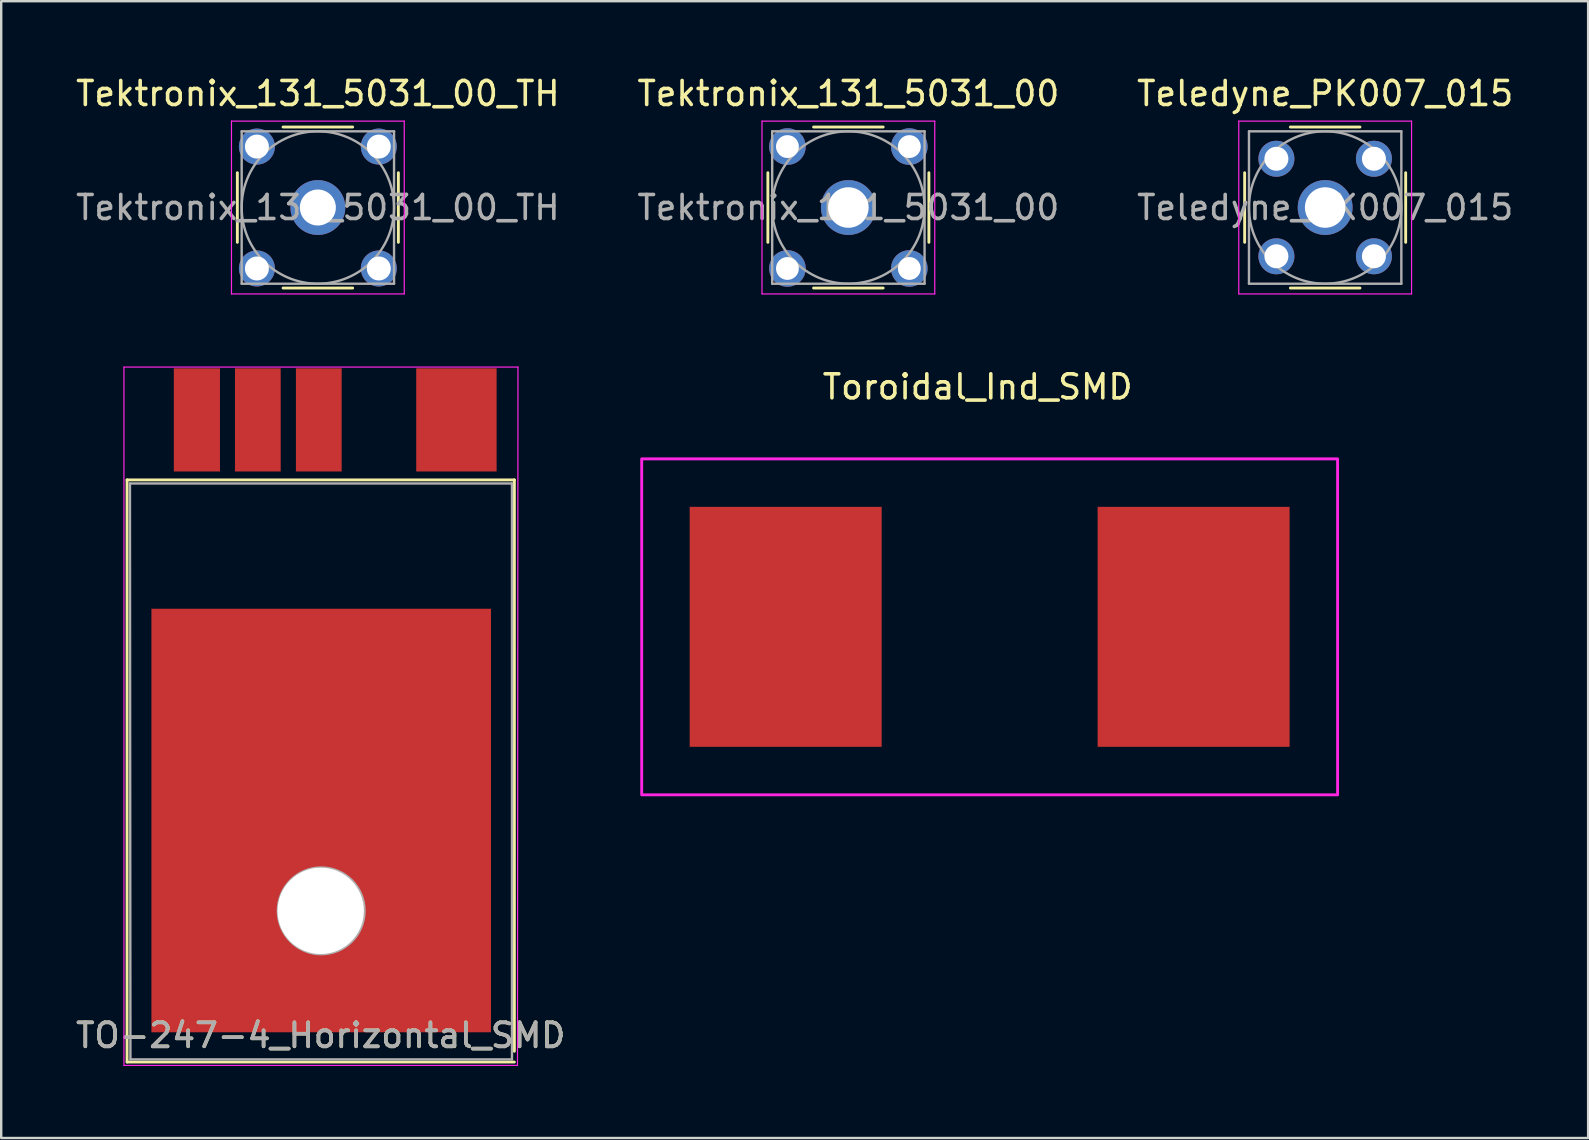
<source format=kicad_pcb>
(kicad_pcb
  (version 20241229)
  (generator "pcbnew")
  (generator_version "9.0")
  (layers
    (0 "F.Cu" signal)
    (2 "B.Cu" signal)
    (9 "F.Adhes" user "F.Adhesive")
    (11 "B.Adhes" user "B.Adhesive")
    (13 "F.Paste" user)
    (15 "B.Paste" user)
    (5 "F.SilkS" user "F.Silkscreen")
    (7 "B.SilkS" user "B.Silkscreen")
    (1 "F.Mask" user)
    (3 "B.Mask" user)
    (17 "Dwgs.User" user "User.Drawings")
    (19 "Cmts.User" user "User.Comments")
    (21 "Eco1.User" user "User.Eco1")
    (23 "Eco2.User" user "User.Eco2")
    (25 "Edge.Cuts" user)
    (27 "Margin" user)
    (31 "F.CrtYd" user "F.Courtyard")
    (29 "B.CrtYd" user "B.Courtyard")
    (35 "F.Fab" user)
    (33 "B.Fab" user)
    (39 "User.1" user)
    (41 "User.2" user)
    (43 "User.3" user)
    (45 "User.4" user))
  (footprint "Toroidal_Ind_SMD"
    (layer "F.Cu")
    (at 32.691 18.072)
    (property "Reference" "Toroidal_Ind_SMD" (at 5 -5 0) (unlocked yes) (layer "F.SilkS") (effects (font (size 1 1) (thickness 0.15))))
    (attr smd)
    (fp_rect (start -9 -2) (end 20 12) (stroke (width 0.12) (type solid)) (fill no) (layer "F.CrtYd"))
    (pad "1" smd rect (at -3 5) (size 8 10) (layers "F.Cu" "F.Mask" "F.Paste"))
    (pad "2" smd rect (at 14 5) (size 8 10) (layers "F.Cu" "F.Mask" "F.Paste")))
  (footprint "Tektronix_131_5031_00"
    (layer "F.Cu")
    (at 32.304 5.598)
    (property "Reference" "Tektronix_131_5031_00" (at 0 -4.75 0) (layer "F.SilkS") (effects (font (size 1 1) (thickness 0.15))))
    (attr through_hole)
    (fp_line (start -3.355 -1.45) (end -3.355 1.45) (stroke (width 0.12) (type solid)) (layer "F.SilkS"))
    (fp_line (start -1.45 -3.355) (end 1.45 -3.355) (stroke (width 0.12) (type solid)) (layer "F.SilkS"))
    (fp_line (start -1.45 3.355) (end 1.45 3.355) (stroke (width 0.12) (type solid)) (layer "F.SilkS"))
    (fp_line (start 3.355 -1.45) (end 3.355 1.45) (stroke (width 0.12) (type solid)) (layer "F.SilkS"))
    (fp_line (start -3.6 -3.6) (end -3.6 3.6) (stroke (width 0.05) (type solid)) (layer "F.CrtYd"))
    (fp_line (start -3.6 -3.6) (end 3.6 -3.6) (stroke (width 0.05) (type solid)) (layer "F.CrtYd"))
    (fp_line (start 3.6 3.6) (end -3.6 3.6) (stroke (width 0.05) (type solid)) (layer "F.CrtYd"))
    (fp_line (start 3.6 3.6) (end 3.6 -3.6) (stroke (width 0.05) (type solid)) (layer "F.CrtYd"))
    (fp_line (start -3.175 -3.175) (end -3.175 3.175) (stroke (width 0.1) (type solid)) (layer "F.Fab"))
    (fp_line (start -3.175 -3.175) (end 3.175 -3.175) (stroke (width 0.1) (type solid)) (layer "F.Fab"))
    (fp_line (start -3.175 3.175) (end 3.175 3.175) (stroke (width 0.1) (type solid)) (layer "F.Fab"))
    (fp_line (start 3.175 -3.175) (end 3.175 3.175) (stroke (width 0.1) (type solid)) (layer "F.Fab"))
    (fp_circle (center 0 0) (end 3.175 0) (stroke (width 0.1) (type solid)) (fill no) (layer "F.Fab"))
    (fp_text user "${REFERENCE}" (at 0 0 0) (layer "F.Fab") (effects (font (size 1 1) (thickness 0.15))))
    (pad "1" thru_hole circle (at 0 0) (size 2.286 2.286) (drill 1.689) (layers "*.Cu" "*.Mask"))
    (pad "2" thru_hole circle (at -2.54 -2.54) (size 1.524 1.524) (drill 0.953) (layers "*.Cu" "*.Mask"))
    (pad "2" thru_hole circle (at -2.54 2.54) (size 1.524 1.524) (drill 0.953) (layers "*.Cu" "*.Mask"))
    (pad "2" thru_hole circle (at 2.54 -2.54) (size 1.524 1.524) (drill 0.953) (layers "*.Cu" "*.Mask"))
    (pad "2" thru_hole circle (at 2.54 2.54) (size 1.524 1.524) (drill 0.953) (layers "*.Cu" "*.Mask")))
  (footprint "Teledyne_PK007_015"
    (layer "F.Cu")
    (at 52.173 5.598)
    (property "Reference" "Teledyne_PK007_015" (at 0 -4.75 0) (layer "F.SilkS") (effects (font (size 1 1) (thickness 0.15))))
    (attr through_hole)
    (fp_line (start -3.355 -1.45) (end -3.355 1.45) (stroke (width 0.12) (type solid)) (layer "F.SilkS"))
    (fp_line (start -1.45 -3.355) (end 1.45 -3.355) (stroke (width 0.12) (type solid)) (layer "F.SilkS"))
    (fp_line (start -1.45 3.355) (end 1.45 3.355) (stroke (width 0.12) (type solid)) (layer "F.SilkS"))
    (fp_line (start 3.355 -1.45) (end 3.355 1.45) (stroke (width 0.12) (type solid)) (layer "F.SilkS"))
    (fp_line (start -3.6 -3.6) (end -3.6 3.6) (stroke (width 0.05) (type solid)) (layer "F.CrtYd"))
    (fp_line (start -3.6 -3.6) (end 3.6 -3.6) (stroke (width 0.05) (type solid)) (layer "F.CrtYd"))
    (fp_line (start 3.6 3.6) (end -3.6 3.6) (stroke (width 0.05) (type solid)) (layer "F.CrtYd"))
    (fp_line (start 3.6 3.6) (end 3.6 -3.6) (stroke (width 0.05) (type solid)) (layer "F.CrtYd"))
    (fp_line (start -3.175 -3.175) (end -3.175 3.175) (stroke (width 0.1) (type solid)) (layer "F.Fab"))
    (fp_line (start -3.175 -3.175) (end 3.175 -3.175) (stroke (width 0.1) (type solid)) (layer "F.Fab"))
    (fp_line (start -3.175 3.175) (end 3.175 3.175) (stroke (width 0.1) (type solid)) (layer "F.Fab"))
    (fp_line (start 3.175 -3.175) (end 3.175 3.175) (stroke (width 0.1) (type solid)) (layer "F.Fab"))
    (fp_circle (center 0 0) (end 3.175 0) (stroke (width 0.1) (type solid)) (fill no) (layer "F.Fab"))
    (fp_text user "${REFERENCE}" (at 0 0 0) (layer "F.Fab") (effects (font (size 1 1) (thickness 0.15))))
    (pad "1" thru_hole circle (at 0 0) (size 2.286 2.286) (drill 1.689) (layers "*.Cu" "*.Mask"))
    (pad "2" thru_hole circle (at -2.032 -2.032) (size 1.5 1.5) (drill 1) (layers "*.Cu" "*.Mask"))
    (pad "2" thru_hole circle (at -2.032 2.032) (size 1.5 1.5) (drill 1) (layers "*.Cu" "*.Mask"))
    (pad "2" thru_hole circle (at 2.032 -2.032) (size 1.5 1.5) (drill 1) (layers "*.Cu" "*.Mask"))
    (pad "2" thru_hole circle (at 2.032 2.032) (size 1.5 1.5) (drill 1) (layers "*.Cu" "*.Mask")))
  (footprint "TO-247-4_Horizontal_SMD"
    (layer "F.Cu")
    (at 5.235 12.948)
    (property "Reference" "TO-247-4_Horizontal_SMD" (at 5.08 27.15 0) (layer "F.SilkS") (effects (font (size 1 1) (thickness 0.15))))
    (attr smd)
    (fp_line (start -2.99 4) (end -2.99 28.26) (stroke (width 0.12) (type solid)) (layer "F.SilkS"))
    (fp_line (start -2.99 4) (end 13.15 4) (stroke (width 0.12) (type solid)) (layer "F.SilkS"))
    (fp_line (start -2.99 28.26) (end 13.15 28.26) (stroke (width 0.12) (type solid)) (layer "F.SilkS"))
    (fp_line (start 13.15 4) (end 13.15 27.81) (stroke (width 0.12) (type solid)) (layer "F.SilkS"))
    (fp_line (start -3.12 -0.7) (end -3.12 28.4) (stroke (width 0.05) (type solid)) (layer "F.CrtYd"))
    (fp_line (start -3.12 28.4) (end 13.28 28.4) (stroke (width 0.05) (type solid)) (layer "F.CrtYd"))
    (fp_line (start 13.28 28.4) (end 13.3 -0.7) (stroke (width 0.05) (type solid)) (layer "F.CrtYd"))
    (fp_line (start 13.3 -0.7) (end -3.12 -0.7) (stroke (width 0.05) (type solid)) (layer "F.CrtYd"))
    (fp_line (start -2.87 4.15) (end -2.85 28.15) (stroke (width 0.1) (type solid)) (layer "F.Fab"))
    (fp_line (start -2.85 28.15) (end 13.05 28.15) (stroke (width 0.1) (type solid)) (layer "F.Fab"))
    (fp_line (start 13.05 4.15) (end -2.87 4.15) (stroke (width 0.1) (type solid)) (layer "F.Fab"))
    (fp_line (start 13.05 28.15) (end 13.05 4.15) (stroke (width 0.1) (type solid)) (layer "F.Fab"))
    (fp_circle (center 5.1 21.96) (end 6.905 21.96) (stroke (width 0.1) (type solid)) (fill no) (layer "F.Fab"))
    (fp_text user "${REFERENCE}" (at 5.08 27.15 0) (layer "F.Fab") (effects (font (size 1 1) (thickness 0.15))))
    (pad "" np_thru_hole oval (at 5.08 21.96) (size 3.6 3.6) (drill 3.6) (layers "*.Cu" "*.Mask"))
    (pad "1" smd rect (at 5.1 18.195) (size 14.15 17.65) (layers "F.Cu" "F.Mask" "F.Paste"))
    (pad "1" smd rect (at 10.735 1.5) (size 3.35 4.3) (layers "F.Cu" "F.Mask" "F.Paste"))
    (pad "2" smd rect (at 5 1.5) (size 1.906 4.3) (layers "F.Cu" "F.Mask" "F.Paste"))
    (pad "3" smd rect (at 2.46 1.5) (size 1.905 4.3) (layers "F.Cu" "F.Mask" "F.Paste"))
    (pad "4" smd rect (at -0.08 1.5) (size 1.923 4.3) (layers "F.Cu" "F.Mask" "F.Paste")))
  (footprint "Tektronix_131_5031_00_TH"
    (layer "F.Cu")
    (at 10.196 5.598)
    (property "Reference" "Tektronix_131_5031_00_TH" (at 0 -4.75 0) (layer "F.SilkS") (effects (font (size 1 1) (thickness 0.15))))
    (attr through_hole)
    (fp_line (start -3.355 -1.45) (end -3.355 1.45) (stroke (width 0.12) (type solid)) (layer "F.SilkS"))
    (fp_line (start -1.45 -3.355) (end 1.45 -3.355) (stroke (width 0.12) (type solid)) (layer "F.SilkS"))
    (fp_line (start -1.45 3.355) (end 1.45 3.355) (stroke (width 0.12) (type solid)) (layer "F.SilkS"))
    (fp_line (start 3.355 -1.45) (end 3.355 1.45) (stroke (width 0.12) (type solid)) (layer "F.SilkS"))
    (fp_line (start -3.6 -3.6) (end -3.6 3.6) (stroke (width 0.05) (type solid)) (layer "F.CrtYd"))
    (fp_line (start -3.6 -3.6) (end 3.6 -3.6) (stroke (width 0.05) (type solid)) (layer "F.CrtYd"))
    (fp_line (start 3.6 3.6) (end -3.6 3.6) (stroke (width 0.05) (type solid)) (layer "F.CrtYd"))
    (fp_line (start 3.6 3.6) (end 3.6 -3.6) (stroke (width 0.05) (type solid)) (layer "F.CrtYd"))
    (fp_line (start -3.175 -3.175) (end -3.175 3.175) (stroke (width 0.1) (type solid)) (layer "F.Fab"))
    (fp_line (start -3.175 -3.175) (end 3.175 -3.175) (stroke (width 0.1) (type solid)) (layer "F.Fab"))
    (fp_line (start -3.175 3.175) (end 3.175 3.175) (stroke (width 0.1) (type solid)) (layer "F.Fab"))
    (fp_line (start 3.175 -3.175) (end 3.175 3.175) (stroke (width 0.1) (type solid)) (layer "F.Fab"))
    (fp_circle (center 0 0) (end 3.175 0) (stroke (width 0.1) (type solid)) (fill no) (layer "F.Fab"))
    (fp_text user "${REFERENCE}" (at 0 0 0) (layer "F.Fab") (effects (font (size 1 1) (thickness 0.15))))
    (pad "1" thru_hole circle (at 0 0) (size 2.286 2.286) (drill 1.5) (layers "*.Cu" "*.Mask"))
    (pad "2" thru_hole circle (at -2.54 -2.54) (size 1.5 1.5) (drill 1) (layers "*.Cu" "*.Mask"))
    (pad "2" thru_hole circle (at -2.54 2.54) (size 1.5 1.5) (drill 1) (layers "*.Cu" "*.Mask"))
    (pad "2" thru_hole circle (at 2.54 -2.54) (size 1.5 1.5) (drill 1) (layers "*.Cu" "*.Mask"))
    (pad "2" thru_hole circle (at 2.54 2.54) (size 1.5 1.5) (drill 1) (layers "*.Cu" "*.Mask")))
  (gr_rect
    (start -3 -3)
    (end 63.131 44.373)
    (stroke (width 0.1) (type default))
    (fill no)
    (layer "Edge.Cuts")))
</source>
